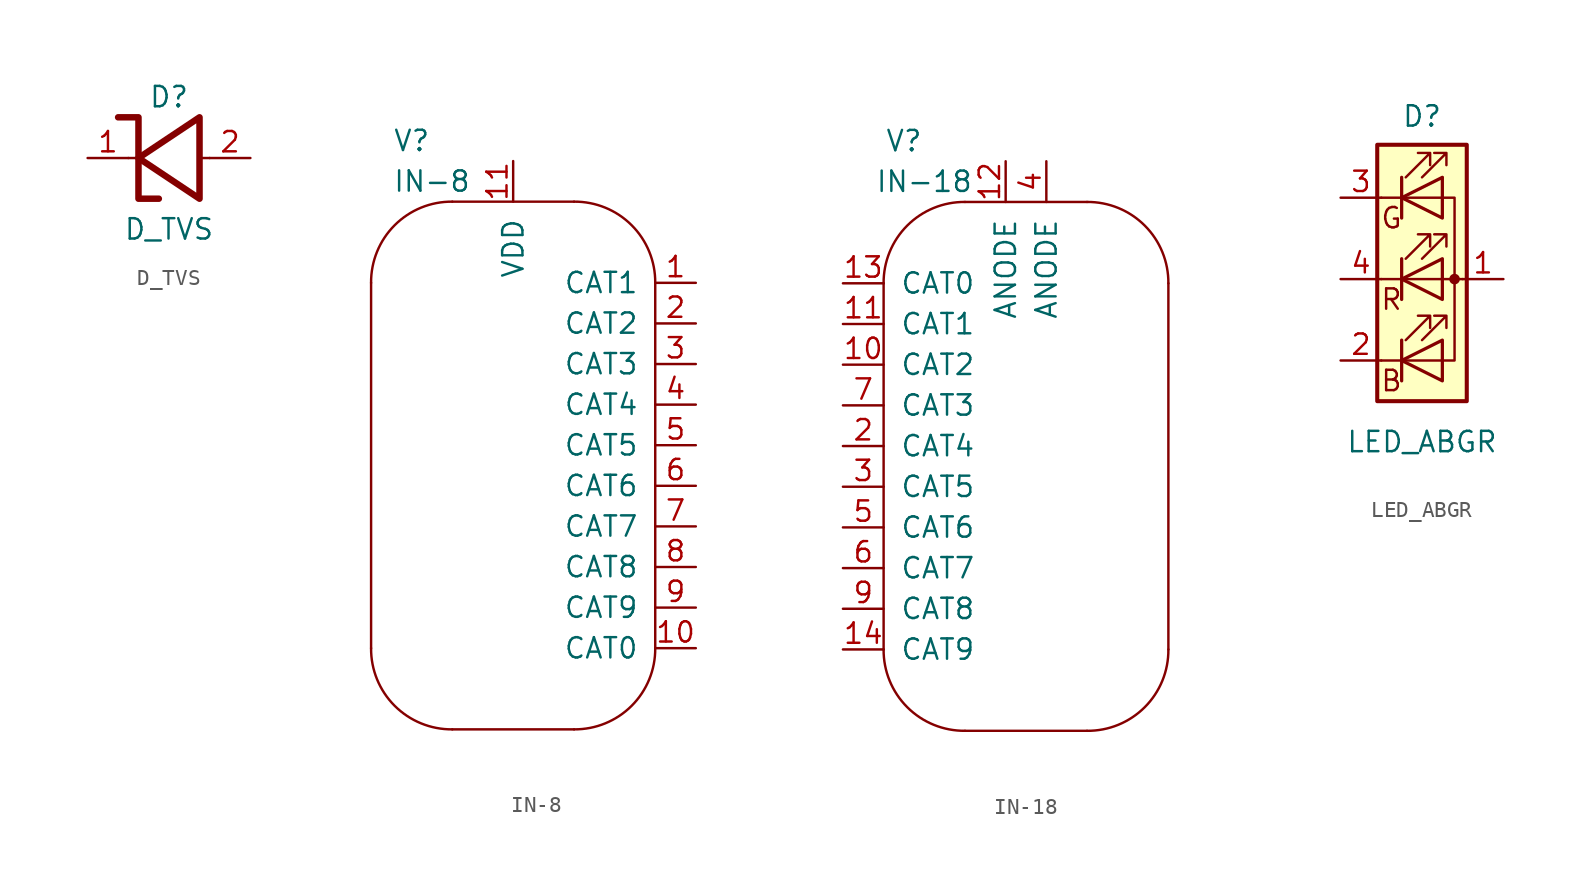
<source format=kicad_sym>
(kicad_symbol_lib
  (version 20211014)
  (generator kicad_symbol_editor)
  (symbol "D_TVS"
    (pin_names
      (offset 1.016))
    (property "Reference" "D"
      (at 0 3.81 0)
      (effects (font (size 1.27 1.27))))
    (property "Value" "D_TVS"
      (at 0 -4.445 0)
      (effects (font (size 1.27 1.27))))
    (symbol "D_TVS_0_1"
      (polyline (pts (xy -1.905 0) (xy -2.54 0)) (stroke (width 0) (type default) (color 0 0 0 0)) (fill (type none)))
      (polyline (pts (xy 2.54 0) (xy 1.905 0)) (stroke (width 0) (type default) (color 0 0 0 0)) (fill (type none)))
      (polyline (pts (xy 1.905 2.54) (xy 1.905 -2.54) (xy -1.905 0) (xy 1.905 2.54)) (stroke (width 0.406) (type default) (color 0 0 0 0)) (fill (type none)))
      (polyline (pts (xy -3.175 2.54) (xy -1.905 2.54) (xy -1.905 -2.54) (xy -0.635 -2.54) (xy -1.905 -2.54) (xy -1.905 0)) (stroke (width 0.406) (type default) (color 0 0 0 0)) (fill (type none))))
    (symbol "D_TVS_1_1"
      (pin bidirectional line (at -5.08 0 0) (length 2.54) (name "~" (effects (font (size 1.27 1.27)))) (number "1" (effects (font (size 1.27 1.27)))))
      (pin bidirectional line (at 5.08 0 180) (length 2.54) (name "~" (effects (font (size 1.27 1.27)))) (number "2" (effects (font (size 1.27 1.27)))))))
  (symbol "IN-8"
    (pin_names
      (offset 1.016))
    (property "Reference" "V"
      (at -6.35 16.51 0)
      (effects (font (size 1.27 1.27))))
    (property "Value" "IN-8"
      (at -5.08 13.97 0)
      (effects (font (size 1.27 1.27))))
    (symbol "IN-8_0_1"
      (arc (start -8.89 -15.24) (mid -7.4149 -18.8449) (end -3.81 -20.32) (stroke (width 0) (type default) (color 0 0 0 0)) (fill (type none)))
      (arc (start -3.81 12.7) (mid -7.4149 11.2249) (end -8.89 7.62) (stroke (width 0) (type default) (color 0 0 0 0)) (fill (type none)))
      (polyline (pts (xy -8.89 -15.24) (xy -8.89 7.62)) (stroke (width 0) (type default) (color 0 0 0 0)) (fill (type none)))
      (polyline (pts (xy -3.81 12.7) (xy 3.81 12.7)) (stroke (width 0) (type default) (color 0 0 0 0)) (fill (type none)))
      (polyline (pts (xy 3.81 -20.32) (xy -3.81 -20.32)) (stroke (width 0) (type default) (color 0 0 0 0)) (fill (type none)))
      (polyline (pts (xy 8.89 7.62) (xy 8.89 -15.24)) (stroke (width 0) (type default) (color 0 0 0 0)) (fill (type none)))
      (arc (start 8.89 7.62) (mid 7.4149 11.2249) (end 3.81 12.7) (stroke (width 0) (type default) (color 0 0 0 0)) (fill (type none))))
    (symbol "IN-8_1_1"
      (arc (start 3.81 -20.32) (mid 7.4149 -18.8449) (end 8.89 -15.24) (stroke (width 0) (type default) (color 0 0 0 0)) (fill (type none)))
      (pin output line (at 11.43 7.62 180) (length 2.54) (name "CAT1" (effects (font (size 1.27 1.27)))) (number "1" (effects (font (size 1.27 1.27)))))
      (pin output line (at 11.43 -15.24 180) (length 2.54) (name "CAT0" (effects (font (size 1.27 1.27)))) (number "10" (effects (font (size 1.27 1.27)))))
      (pin input line (at 0 15.24 270) (length 2.54) (name "VDD" (effects (font (size 1.27 1.27)))) (number "11" (effects (font (size 1.27 1.27)))))
      (pin output line (at 11.43 5.08 180) (length 2.54) (name "CAT2" (effects (font (size 1.27 1.27)))) (number "2" (effects (font (size 1.27 1.27)))))
      (pin output line (at 11.43 2.54 180) (length 2.54) (name "CAT3" (effects (font (size 1.27 1.27)))) (number "3" (effects (font (size 1.27 1.27)))))
      (pin output line (at 11.43 0 180) (length 2.54) (name "CAT4" (effects (font (size 1.27 1.27)))) (number "4" (effects (font (size 1.27 1.27)))))
      (pin output line (at 11.43 -2.54 180) (length 2.54) (name "CAT5" (effects (font (size 1.27 1.27)))) (number "5" (effects (font (size 1.27 1.27)))))
      (pin output line (at 11.43 -5.08 180) (length 2.54) (name "CAT6" (effects (font (size 1.27 1.27)))) (number "6" (effects (font (size 1.27 1.27)))))
      (pin output line (at 11.43 -7.62 180) (length 2.54) (name "CAT7" (effects (font (size 1.27 1.27)))) (number "7" (effects (font (size 1.27 1.27)))))
      (pin output line (at 11.43 -10.16 180) (length 2.54) (name "CAT8" (effects (font (size 1.27 1.27)))) (number "8" (effects (font (size 1.27 1.27)))))
      (pin output line (at 11.43 -12.7 180) (length 2.54) (name "CAT9" (effects (font (size 1.27 1.27)))) (number "9" (effects (font (size 1.27 1.27)))))))
  (symbol "IN-18"
    (pin_names
      (offset 1.016))
    (property "Reference" "V"
      (at -7.62 16.51 0)
      (effects (font (size 1.27 1.27))))
    (property "Value" "IN-18"
      (at -6.35 13.97 0)
      (effects (font (size 1.27 1.27))))
    (symbol "IN-18_0_1"
      (arc (start -8.89 -15.24) (mid -7.4149 -18.8449) (end -3.81 -20.32) (stroke (width 0) (type default) (color 0 0 0 0)) (fill (type none)))
      (arc (start -3.81 12.7) (mid -7.4149 11.2249) (end -8.89 7.62) (stroke (width 0) (type default) (color 0 0 0 0)) (fill (type none)))
      (polyline (pts (xy -8.89 -15.24) (xy -8.89 7.62)) (stroke (width 0) (type default) (color 0 0 0 0)) (fill (type none)))
      (polyline (pts (xy -3.81 12.7) (xy 3.81 12.7)) (stroke (width 0) (type default) (color 0 0 0 0)) (fill (type none)))
      (polyline (pts (xy 3.81 -20.32) (xy -3.81 -20.32)) (stroke (width 0) (type default) (color 0 0 0 0)) (fill (type none)))
      (polyline (pts (xy 8.89 7.62) (xy 8.89 -15.24)) (stroke (width 0) (type default) (color 0 0 0 0)) (fill (type none)))
      (arc (start 8.89 7.62) (mid 7.4149 11.2249) (end 3.81 12.7) (stroke (width 0) (type default) (color 0 0 0 0)) (fill (type none))))
    (symbol "IN-18_1_1"
      (arc (start 3.81 -20.32) (mid 7.4149 -18.8449) (end 8.89 -15.24) (stroke (width 0) (type default) (color 0 0 0 0)) (fill (type none)))
      (pin input line (at 11.43 3.81 180) (length 2.54) hide (name "GIV_PILL" (effects (font (size 1.27 1.27)))) (number "1" (effects (font (size 1.27 1.27)))))
      (pin output line (at -11.43 2.54 0) (length 2.54) (name "CAT2" (effects (font (size 1.27 1.27)))) (number "10" (effects (font (size 1.27 1.27)))))
      (pin output line (at -11.43 5.08 0) (length 2.54) (name "CAT1" (effects (font (size 1.27 1.27)))) (number "11" (effects (font (size 1.27 1.27)))))
      (pin input line (at -1.27 15.24 270) (length 2.54) (name "ANODE" (effects (font (size 1.27 1.27)))) (number "12" (effects (font (size 1.27 1.27)))))
      (pin output line (at -11.43 7.62 0) (length 2.54) (name "CAT0" (effects (font (size 1.27 1.27)))) (number "13" (effects (font (size 1.27 1.27)))))
      (pin output line (at -11.43 -15.24 0) (length 2.54) (name "CAT9" (effects (font (size 1.27 1.27)))) (number "14" (effects (font (size 1.27 1.27)))))
      (pin output line (at -11.43 -2.54 0) (length 2.54) (name "CAT4" (effects (font (size 1.27 1.27)))) (number "2" (effects (font (size 1.27 1.27)))))
      (pin output line (at -11.43 -5.08 0) (length 2.54) (name "CAT5" (effects (font (size 1.27 1.27)))) (number "3" (effects (font (size 1.27 1.27)))))
      (pin input line (at 1.27 15.24 270) (length 2.54) (name "ANODE" (effects (font (size 1.27 1.27)))) (number "4" (effects (font (size 1.27 1.27)))))
      (pin output line (at -11.43 -7.62 0) (length 2.54) (name "CAT6" (effects (font (size 1.27 1.27)))) (number "5" (effects (font (size 1.27 1.27)))))
      (pin output line (at -11.43 -10.16 0) (length 2.54) (name "CAT7" (effects (font (size 1.27 1.27)))) (number "6" (effects (font (size 1.27 1.27)))))
      (pin output line (at -11.43 0 0) (length 2.54) (name "CAT3" (effects (font (size 1.27 1.27)))) (number "7" (effects (font (size 1.27 1.27)))))
      (pin input line (at 11.43 1.27 180) (length 2.54) hide (name "GIV_PILL" (effects (font (size 1.27 1.27)))) (number "8" (effects (font (size 1.27 1.27)))))
      (pin output line (at -11.43 -12.7 0) (length 2.54) (name "CAT8" (effects (font (size 1.27 1.27)))) (number "9" (effects (font (size 1.27 1.27)))))))
  (symbol "LED_ABGR"
    (pin_names
      (offset 0) hide)
    (property "Reference" "D"
      (at 0 10.16 0)
      (effects (font (size 1.27 1.27))))
    (property "Value" "LED_ABGR"
      (at 0 -10.16 0)
      (effects (font (size 1.27 1.27))))
    (symbol "LED_ABGR_1_0"
      (text "B" (at -1.905 -6.35 0) (effects (font (size 1.27 1.27))))
      (text "G" (at -1.905 3.81 0) (effects (font (size 1.27 1.27))))
      (text "R" (at -1.905 -1.27 0) (effects (font (size 1.27 1.27)))))
    (symbol "LED_ABGR_1_1"
      (polyline (pts (xy -2.54 -5.08) (xy 1.27 -5.08)) (stroke (width 0) (type default) (color 0 0 0 0)) (fill (type none)))
      (polyline (pts (xy -1.27 -3.81) (xy -1.27 -6.35)) (stroke (width 0.203) (type default) (color 0 0 0 0)) (fill (type none)))
      (polyline (pts (xy -1.27 1.27) (xy -1.27 -1.27)) (stroke (width 0.203) (type default) (color 0 0 0 0)) (fill (type none)))
      (polyline (pts (xy -1.27 6.35) (xy -1.27 3.81)) (stroke (width 0.203) (type default) (color 0 0 0 0)) (fill (type none)))
      (polyline (pts (xy 1.27 5.08) (xy -2.54 5.08)) (stroke (width 0) (type default) (color 0 0 0 0)) (fill (type none)))
      (polyline (pts (xy 2.54 0) (xy -2.54 0)) (stroke (width 0) (type default) (color 0 0 0 0)) (fill (type none)))
      (polyline (pts (xy 1.27 -5.08) (xy 2.032 -5.08) (xy 2.032 5.08) (xy 1.27 5.08)) (stroke (width 0) (type default) (color 0 0 0 0)) (fill (type none)))
      (polyline (pts (xy 1.27 -3.81) (xy 1.27 -6.35) (xy -1.27 -5.08) (xy 1.27 -3.81)) (stroke (width 0.203) (type default) (color 0 0 0 0)) (fill (type none)))
      (polyline (pts (xy 1.27 1.27) (xy 1.27 -1.27) (xy -1.27 0) (xy 1.27 1.27)) (stroke (width 0.203) (type default) (color 0 0 0 0)) (fill (type none)))
      (polyline (pts (xy 1.27 6.35) (xy 1.27 3.81) (xy -1.27 5.08) (xy 1.27 6.35)) (stroke (width 0.203) (type default) (color 0 0 0 0)) (fill (type none)))
      (polyline (pts (xy -1.016 -3.81) (xy 0.508 -2.286) (xy -0.254 -2.286) (xy 0.508 -2.286) (xy 0.508 -3.048)) (stroke (width 0) (type default) (color 0 0 0 0)) (fill (type none)))
      (polyline (pts (xy -1.016 1.27) (xy 0.508 2.794) (xy -0.254 2.794) (xy 0.508 2.794) (xy 0.508 2.032)) (stroke (width 0) (type default) (color 0 0 0 0)) (fill (type none)))
      (polyline (pts (xy -1.016 6.35) (xy 0.508 7.874) (xy -0.254 7.874) (xy 0.508 7.874) (xy 0.508 7.112)) (stroke (width 0) (type default) (color 0 0 0 0)) (fill (type none)))
      (polyline (pts (xy 0 -3.81) (xy 1.524 -2.286) (xy 0.762 -2.286) (xy 1.524 -2.286) (xy 1.524 -3.048)) (stroke (width 0) (type default) (color 0 0 0 0)) (fill (type none)))
      (polyline (pts (xy 0 1.27) (xy 1.524 2.794) (xy 0.762 2.794) (xy 1.524 2.794) (xy 1.524 2.032)) (stroke (width 0) (type default) (color 0 0 0 0)) (fill (type none)))
      (polyline (pts (xy 0 6.35) (xy 1.524 7.874) (xy 0.762 7.874) (xy 1.524 7.874) (xy 1.524 7.112)) (stroke (width 0) (type default) (color 0 0 0 0)) (fill (type none)))
      (rectangle (start 1.27 6.35) (end 1.27 6.35) (stroke (width 0) (type default) (color 0 0 0 0)) (fill (type none)))
      (circle (center 2.032 0) (radius 0.254) (stroke (width 0) (type default) (color 0 0 0 0)) (fill (type outline)))
      (rectangle (start 2.794 8.382) (end -2.794 -7.62) (stroke (width 0.254) (type default) (color 0 0 0 0)) (fill (type background)))
      (pin passive line (at 5.08 0 180) (length 2.54) (name "A" (effects (font (size 1.27 1.27)))) (number "1" (effects (font (size 1.27 1.27)))))
      (pin passive line (at -5.08 -5.08 0) (length 2.54) (name "BK" (effects (font (size 1.27 1.27)))) (number "2" (effects (font (size 1.27 1.27)))))
      (pin passive line (at -5.08 5.08 0) (length 2.54) (name "GK" (effects (font (size 1.27 1.27)))) (number "3" (effects (font (size 1.27 1.27)))))
      (pin passive line (at -5.08 0 0) (length 2.54) (name "RK" (effects (font (size 1.27 1.27)))) (number "4" (effects (font (size 1.27 1.27))))))))
</source>
